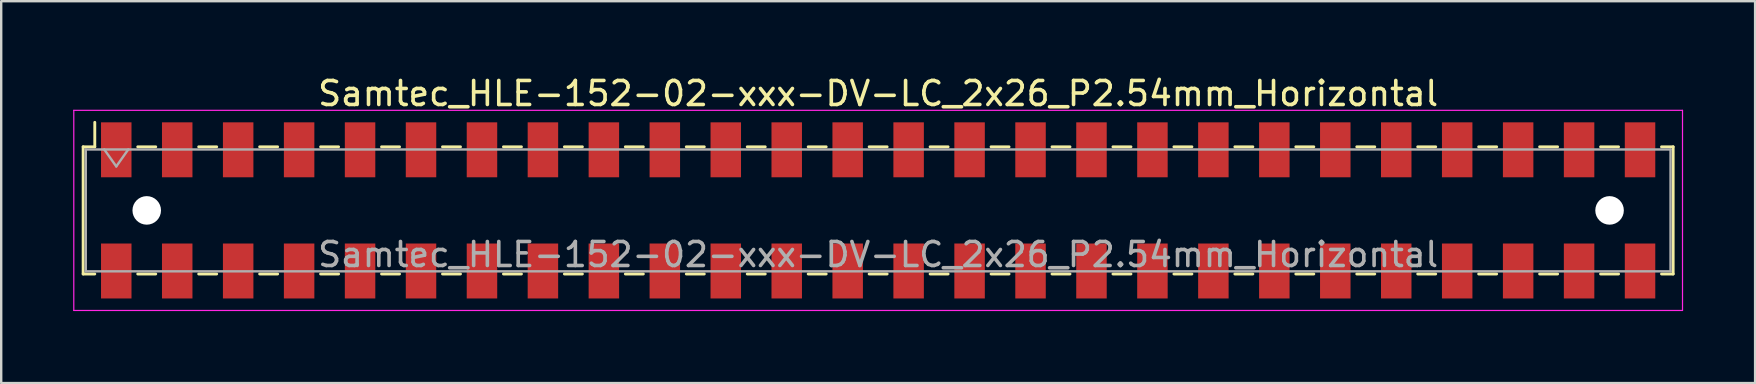
<source format=kicad_pcb>
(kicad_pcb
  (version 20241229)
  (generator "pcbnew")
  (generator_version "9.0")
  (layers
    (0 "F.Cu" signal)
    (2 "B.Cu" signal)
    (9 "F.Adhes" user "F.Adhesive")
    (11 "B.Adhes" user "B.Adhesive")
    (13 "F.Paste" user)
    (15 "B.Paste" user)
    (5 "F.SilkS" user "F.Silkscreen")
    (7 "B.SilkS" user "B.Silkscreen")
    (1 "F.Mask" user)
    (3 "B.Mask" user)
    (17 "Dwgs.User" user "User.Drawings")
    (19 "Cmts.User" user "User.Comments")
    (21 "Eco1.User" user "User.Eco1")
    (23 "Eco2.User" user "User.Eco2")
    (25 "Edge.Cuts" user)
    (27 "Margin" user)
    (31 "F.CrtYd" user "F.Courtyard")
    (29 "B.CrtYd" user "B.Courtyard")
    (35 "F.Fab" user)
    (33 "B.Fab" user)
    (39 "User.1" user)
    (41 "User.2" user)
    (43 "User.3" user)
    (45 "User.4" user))
  (footprint "Samtec_HLE-152-02-xxx-DV-LC_2x26_P2.54mm_Horizontal"
    (layer "F.Cu")
    (at 33.545 5.718)
    (property "Reference" "Samtec_HLE-152-02-xxx-DV-LC_2x26_P2.54mm_Horizontal" (at 0 -4.87 0) (layer "F.SilkS") (effects (font (size 1 1) (thickness 0.15))))
    (attr smd)
    (fp_line (start -33.13 -2.65) (end -33.13 2.65) (stroke (width 0.12) (type solid)) (layer "F.SilkS"))
    (fp_line (start -33.13 2.65) (end -32.645 2.65) (stroke (width 0.12) (type solid)) (layer "F.SilkS"))
    (fp_line (start -32.645 -3.67) (end -32.645 -2.65) (stroke (width 0.12) (type solid)) (layer "F.SilkS"))
    (fp_line (start -32.645 -2.65) (end -33.13 -2.65) (stroke (width 0.12) (type solid)) (layer "F.SilkS"))
    (fp_line (start -30.855 -2.65) (end -30.105 -2.65) (stroke (width 0.12) (type solid)) (layer "F.SilkS"))
    (fp_line (start -30.855 2.65) (end -30.105 2.65) (stroke (width 0.12) (type solid)) (layer "F.SilkS"))
    (fp_line (start -28.315 -2.65) (end -27.565 -2.65) (stroke (width 0.12) (type solid)) (layer "F.SilkS"))
    (fp_line (start -28.315 2.65) (end -27.565 2.65) (stroke (width 0.12) (type solid)) (layer "F.SilkS"))
    (fp_line (start -25.775 -2.65) (end -25.025 -2.65) (stroke (width 0.12) (type solid)) (layer "F.SilkS"))
    (fp_line (start -25.775 2.65) (end -25.025 2.65) (stroke (width 0.12) (type solid)) (layer "F.SilkS"))
    (fp_line (start -23.235 -2.65) (end -22.485 -2.65) (stroke (width 0.12) (type solid)) (layer "F.SilkS"))
    (fp_line (start -23.235 2.65) (end -22.485 2.65) (stroke (width 0.12) (type solid)) (layer "F.SilkS"))
    (fp_line (start -20.695 -2.65) (end -19.945 -2.65) (stroke (width 0.12) (type solid)) (layer "F.SilkS"))
    (fp_line (start -20.695 2.65) (end -19.945 2.65) (stroke (width 0.12) (type solid)) (layer "F.SilkS"))
    (fp_line (start -18.155 -2.65) (end -17.405 -2.65) (stroke (width 0.12) (type solid)) (layer "F.SilkS"))
    (fp_line (start -18.155 2.65) (end -17.405 2.65) (stroke (width 0.12) (type solid)) (layer "F.SilkS"))
    (fp_line (start -15.615 -2.65) (end -14.865 -2.65) (stroke (width 0.12) (type solid)) (layer "F.SilkS"))
    (fp_line (start -15.615 2.65) (end -14.865 2.65) (stroke (width 0.12) (type solid)) (layer "F.SilkS"))
    (fp_line (start -13.075 -2.65) (end -12.325 -2.65) (stroke (width 0.12) (type solid)) (layer "F.SilkS"))
    (fp_line (start -13.075 2.65) (end -12.325 2.65) (stroke (width 0.12) (type solid)) (layer "F.SilkS"))
    (fp_line (start -10.535 -2.65) (end -9.785 -2.65) (stroke (width 0.12) (type solid)) (layer "F.SilkS"))
    (fp_line (start -10.535 2.65) (end -9.785 2.65) (stroke (width 0.12) (type solid)) (layer "F.SilkS"))
    (fp_line (start -7.995 -2.65) (end -7.245 -2.65) (stroke (width 0.12) (type solid)) (layer "F.SilkS"))
    (fp_line (start -7.995 2.65) (end -7.245 2.65) (stroke (width 0.12) (type solid)) (layer "F.SilkS"))
    (fp_line (start -5.455 -2.65) (end -4.705 -2.65) (stroke (width 0.12) (type solid)) (layer "F.SilkS"))
    (fp_line (start -5.455 2.65) (end -4.705 2.65) (stroke (width 0.12) (type solid)) (layer "F.SilkS"))
    (fp_line (start -2.915 -2.65) (end -2.165 -2.65) (stroke (width 0.12) (type solid)) (layer "F.SilkS"))
    (fp_line (start -2.915 2.65) (end -2.165 2.65) (stroke (width 0.12) (type solid)) (layer "F.SilkS"))
    (fp_line (start -0.375 -2.65) (end 0.375 -2.65) (stroke (width 0.12) (type solid)) (layer "F.SilkS"))
    (fp_line (start -0.375 2.65) (end 0.375 2.65) (stroke (width 0.12) (type solid)) (layer "F.SilkS"))
    (fp_line (start 2.165 -2.65) (end 2.915 -2.65) (stroke (width 0.12) (type solid)) (layer "F.SilkS"))
    (fp_line (start 2.165 2.65) (end 2.915 2.65) (stroke (width 0.12) (type solid)) (layer "F.SilkS"))
    (fp_line (start 4.705 -2.65) (end 5.455 -2.65) (stroke (width 0.12) (type solid)) (layer "F.SilkS"))
    (fp_line (start 4.705 2.65) (end 5.455 2.65) (stroke (width 0.12) (type solid)) (layer "F.SilkS"))
    (fp_line (start 7.245 -2.65) (end 7.995 -2.65) (stroke (width 0.12) (type solid)) (layer "F.SilkS"))
    (fp_line (start 7.245 2.65) (end 7.995 2.65) (stroke (width 0.12) (type solid)) (layer "F.SilkS"))
    (fp_line (start 9.785 -2.65) (end 10.535 -2.65) (stroke (width 0.12) (type solid)) (layer "F.SilkS"))
    (fp_line (start 9.785 2.65) (end 10.535 2.65) (stroke (width 0.12) (type solid)) (layer "F.SilkS"))
    (fp_line (start 12.325 -2.65) (end 13.075 -2.65) (stroke (width 0.12) (type solid)) (layer "F.SilkS"))
    (fp_line (start 12.325 2.65) (end 13.075 2.65) (stroke (width 0.12) (type solid)) (layer "F.SilkS"))
    (fp_line (start 14.865 -2.65) (end 15.615 -2.65) (stroke (width 0.12) (type solid)) (layer "F.SilkS"))
    (fp_line (start 14.865 2.65) (end 15.615 2.65) (stroke (width 0.12) (type solid)) (layer "F.SilkS"))
    (fp_line (start 17.405 -2.65) (end 18.155 -2.65) (stroke (width 0.12) (type solid)) (layer "F.SilkS"))
    (fp_line (start 17.405 2.65) (end 18.155 2.65) (stroke (width 0.12) (type solid)) (layer "F.SilkS"))
    (fp_line (start 19.945 -2.65) (end 20.695 -2.65) (stroke (width 0.12) (type solid)) (layer "F.SilkS"))
    (fp_line (start 19.945 2.65) (end 20.695 2.65) (stroke (width 0.12) (type solid)) (layer "F.SilkS"))
    (fp_line (start 22.485 -2.65) (end 23.235 -2.65) (stroke (width 0.12) (type solid)) (layer "F.SilkS"))
    (fp_line (start 22.485 2.65) (end 23.235 2.65) (stroke (width 0.12) (type solid)) (layer "F.SilkS"))
    (fp_line (start 25.025 -2.65) (end 25.775 -2.65) (stroke (width 0.12) (type solid)) (layer "F.SilkS"))
    (fp_line (start 25.025 2.65) (end 25.775 2.65) (stroke (width 0.12) (type solid)) (layer "F.SilkS"))
    (fp_line (start 27.565 -2.65) (end 28.315 -2.65) (stroke (width 0.12) (type solid)) (layer "F.SilkS"))
    (fp_line (start 27.565 2.65) (end 28.315 2.65) (stroke (width 0.12) (type solid)) (layer "F.SilkS"))
    (fp_line (start 30.105 -2.65) (end 30.855 -2.65) (stroke (width 0.12) (type solid)) (layer "F.SilkS"))
    (fp_line (start 30.105 2.65) (end 30.855 2.65) (stroke (width 0.12) (type solid)) (layer "F.SilkS"))
    (fp_line (start 32.645 -2.65) (end 33.13 -2.65) (stroke (width 0.12) (type solid)) (layer "F.SilkS"))
    (fp_line (start 33.13 -2.65) (end 33.13 2.65) (stroke (width 0.12) (type solid)) (layer "F.SilkS"))
    (fp_line (start 33.13 2.65) (end 32.645 2.65) (stroke (width 0.12) (type solid)) (layer "F.SilkS"))
    (fp_line (start -33.52 -4.17) (end 33.52 -4.17) (stroke (width 0.05) (type solid)) (layer "F.CrtYd"))
    (fp_line (start -33.52 4.17) (end -33.52 -4.17) (stroke (width 0.05) (type solid)) (layer "F.CrtYd"))
    (fp_line (start 33.52 -4.17) (end 33.52 4.17) (stroke (width 0.05) (type solid)) (layer "F.CrtYd"))
    (fp_line (start 33.52 4.17) (end -33.52 4.17) (stroke (width 0.05) (type solid)) (layer "F.CrtYd"))
    (fp_line (start -33.02 -2.54) (end 33.02 -2.54) (stroke (width 0.1) (type solid)) (layer "F.Fab"))
    (fp_line (start -33.02 2.54) (end -33.02 -2.54) (stroke (width 0.1) (type solid)) (layer "F.Fab"))
    (fp_line (start -32.25 -2.54) (end -31.75 -1.833) (stroke (width 0.1) (type solid)) (layer "F.Fab"))
    (fp_line (start -31.75 -1.833) (end -31.25 -2.54) (stroke (width 0.1) (type solid)) (layer "F.Fab"))
    (fp_line (start 33.02 -2.54) (end 33.02 2.54) (stroke (width 0.1) (type solid)) (layer "F.Fab"))
    (fp_line (start 33.02 2.54) (end -33.02 2.54) (stroke (width 0.1) (type solid)) (layer "F.Fab"))
    (fp_text user "${REFERENCE}" (at 0 1.84 0) (layer "F.Fab") (effects (font (size 1 1) (thickness 0.15))))
    (pad "" np_thru_hole circle (at -30.48 0) (size 1.19 1.19) (drill 1.19) (layers "*.Cu" "*.Mask"))
    (pad "" np_thru_hole circle (at 30.48 0) (size 1.19 1.19) (drill 1.19) (layers "*.Cu" "*.Mask"))
    (pad "1" smd rect (at -31.75 -2.525) (size 1.27 2.29) (layers "F.Cu" "F.Mask" "F.Paste"))
    (pad "2" smd rect (at -31.75 2.525) (size 1.27 2.29) (layers "F.Cu" "F.Mask" "F.Paste"))
    (pad "3" smd rect (at -29.21 -2.525) (size 1.27 2.29) (layers "F.Cu" "F.Mask" "F.Paste"))
    (pad "4" smd rect (at -29.21 2.525) (size 1.27 2.29) (layers "F.Cu" "F.Mask" "F.Paste"))
    (pad "5" smd rect (at -26.67 -2.525) (size 1.27 2.29) (layers "F.Cu" "F.Mask" "F.Paste"))
    (pad "6" smd rect (at -26.67 2.525) (size 1.27 2.29) (layers "F.Cu" "F.Mask" "F.Paste"))
    (pad "7" smd rect (at -24.13 -2.525) (size 1.27 2.29) (layers "F.Cu" "F.Mask" "F.Paste"))
    (pad "8" smd rect (at -24.13 2.525) (size 1.27 2.29) (layers "F.Cu" "F.Mask" "F.Paste"))
    (pad "9" smd rect (at -21.59 -2.525) (size 1.27 2.29) (layers "F.Cu" "F.Mask" "F.Paste"))
    (pad "10" smd rect (at -21.59 2.525) (size 1.27 2.29) (layers "F.Cu" "F.Mask" "F.Paste"))
    (pad "11" smd rect (at -19.05 -2.525) (size 1.27 2.29) (layers "F.Cu" "F.Mask" "F.Paste"))
    (pad "12" smd rect (at -19.05 2.525) (size 1.27 2.29) (layers "F.Cu" "F.Mask" "F.Paste"))
    (pad "13" smd rect (at -16.51 -2.525) (size 1.27 2.29) (layers "F.Cu" "F.Mask" "F.Paste"))
    (pad "14" smd rect (at -16.51 2.525) (size 1.27 2.29) (layers "F.Cu" "F.Mask" "F.Paste"))
    (pad "15" smd rect (at -13.97 -2.525) (size 1.27 2.29) (layers "F.Cu" "F.Mask" "F.Paste"))
    (pad "16" smd rect (at -13.97 2.525) (size 1.27 2.29) (layers "F.Cu" "F.Mask" "F.Paste"))
    (pad "17" smd rect (at -11.43 -2.525) (size 1.27 2.29) (layers "F.Cu" "F.Mask" "F.Paste"))
    (pad "18" smd rect (at -11.43 2.525) (size 1.27 2.29) (layers "F.Cu" "F.Mask" "F.Paste"))
    (pad "19" smd rect (at -8.89 -2.525) (size 1.27 2.29) (layers "F.Cu" "F.Mask" "F.Paste"))
    (pad "20" smd rect (at -8.89 2.525) (size 1.27 2.29) (layers "F.Cu" "F.Mask" "F.Paste"))
    (pad "21" smd rect (at -6.35 -2.525) (size 1.27 2.29) (layers "F.Cu" "F.Mask" "F.Paste"))
    (pad "22" smd rect (at -6.35 2.525) (size 1.27 2.29) (layers "F.Cu" "F.Mask" "F.Paste"))
    (pad "23" smd rect (at -3.81 -2.525) (size 1.27 2.29) (layers "F.Cu" "F.Mask" "F.Paste"))
    (pad "24" smd rect (at -3.81 2.525) (size 1.27 2.29) (layers "F.Cu" "F.Mask" "F.Paste"))
    (pad "25" smd rect (at -1.27 -2.525) (size 1.27 2.29) (layers "F.Cu" "F.Mask" "F.Paste"))
    (pad "26" smd rect (at -1.27 2.525) (size 1.27 2.29) (layers "F.Cu" "F.Mask" "F.Paste"))
    (pad "27" smd rect (at 1.27 -2.525) (size 1.27 2.29) (layers "F.Cu" "F.Mask" "F.Paste"))
    (pad "28" smd rect (at 1.27 2.525) (size 1.27 2.29) (layers "F.Cu" "F.Mask" "F.Paste"))
    (pad "29" smd rect (at 3.81 -2.525) (size 1.27 2.29) (layers "F.Cu" "F.Mask" "F.Paste"))
    (pad "30" smd rect (at 3.81 2.525) (size 1.27 2.29) (layers "F.Cu" "F.Mask" "F.Paste"))
    (pad "31" smd rect (at 6.35 -2.525) (size 1.27 2.29) (layers "F.Cu" "F.Mask" "F.Paste"))
    (pad "32" smd rect (at 6.35 2.525) (size 1.27 2.29) (layers "F.Cu" "F.Mask" "F.Paste"))
    (pad "33" smd rect (at 8.89 -2.525) (size 1.27 2.29) (layers "F.Cu" "F.Mask" "F.Paste"))
    (pad "34" smd rect (at 8.89 2.525) (size 1.27 2.29) (layers "F.Cu" "F.Mask" "F.Paste"))
    (pad "35" smd rect (at 11.43 -2.525) (size 1.27 2.29) (layers "F.Cu" "F.Mask" "F.Paste"))
    (pad "36" smd rect (at 11.43 2.525) (size 1.27 2.29) (layers "F.Cu" "F.Mask" "F.Paste"))
    (pad "37" smd rect (at 13.97 -2.525) (size 1.27 2.29) (layers "F.Cu" "F.Mask" "F.Paste"))
    (pad "38" smd rect (at 13.97 2.525) (size 1.27 2.29) (layers "F.Cu" "F.Mask" "F.Paste"))
    (pad "39" smd rect (at 16.51 -2.525) (size 1.27 2.29) (layers "F.Cu" "F.Mask" "F.Paste"))
    (pad "40" smd rect (at 16.51 2.525) (size 1.27 2.29) (layers "F.Cu" "F.Mask" "F.Paste"))
    (pad "41" smd rect (at 19.05 -2.525) (size 1.27 2.29) (layers "F.Cu" "F.Mask" "F.Paste"))
    (pad "42" smd rect (at 19.05 2.525) (size 1.27 2.29) (layers "F.Cu" "F.Mask" "F.Paste"))
    (pad "43" smd rect (at 21.59 -2.525) (size 1.27 2.29) (layers "F.Cu" "F.Mask" "F.Paste"))
    (pad "44" smd rect (at 21.59 2.525) (size 1.27 2.29) (layers "F.Cu" "F.Mask" "F.Paste"))
    (pad "45" smd rect (at 24.13 -2.525) (size 1.27 2.29) (layers "F.Cu" "F.Mask" "F.Paste"))
    (pad "46" smd rect (at 24.13 2.525) (size 1.27 2.29) (layers "F.Cu" "F.Mask" "F.Paste"))
    (pad "47" smd rect (at 26.67 -2.525) (size 1.27 2.29) (layers "F.Cu" "F.Mask" "F.Paste"))
    (pad "48" smd rect (at 26.67 2.525) (size 1.27 2.29) (layers "F.Cu" "F.Mask" "F.Paste"))
    (pad "49" smd rect (at 29.21 -2.525) (size 1.27 2.29) (layers "F.Cu" "F.Mask" "F.Paste"))
    (pad "50" smd rect (at 29.21 2.525) (size 1.27 2.29) (layers "F.Cu" "F.Mask" "F.Paste"))
    (pad "51" smd rect (at 31.75 -2.525) (size 1.27 2.29) (layers "F.Cu" "F.Mask" "F.Paste"))
    (pad "52" smd rect (at 31.75 2.525) (size 1.27 2.29) (layers "F.Cu" "F.Mask" "F.Paste")))
  (gr_rect
    (start -3 -3)
    (end 70.09 12.913)
    (stroke (width 0.1) (type default))
    (fill no)
    (layer "Edge.Cuts")))
</source>
